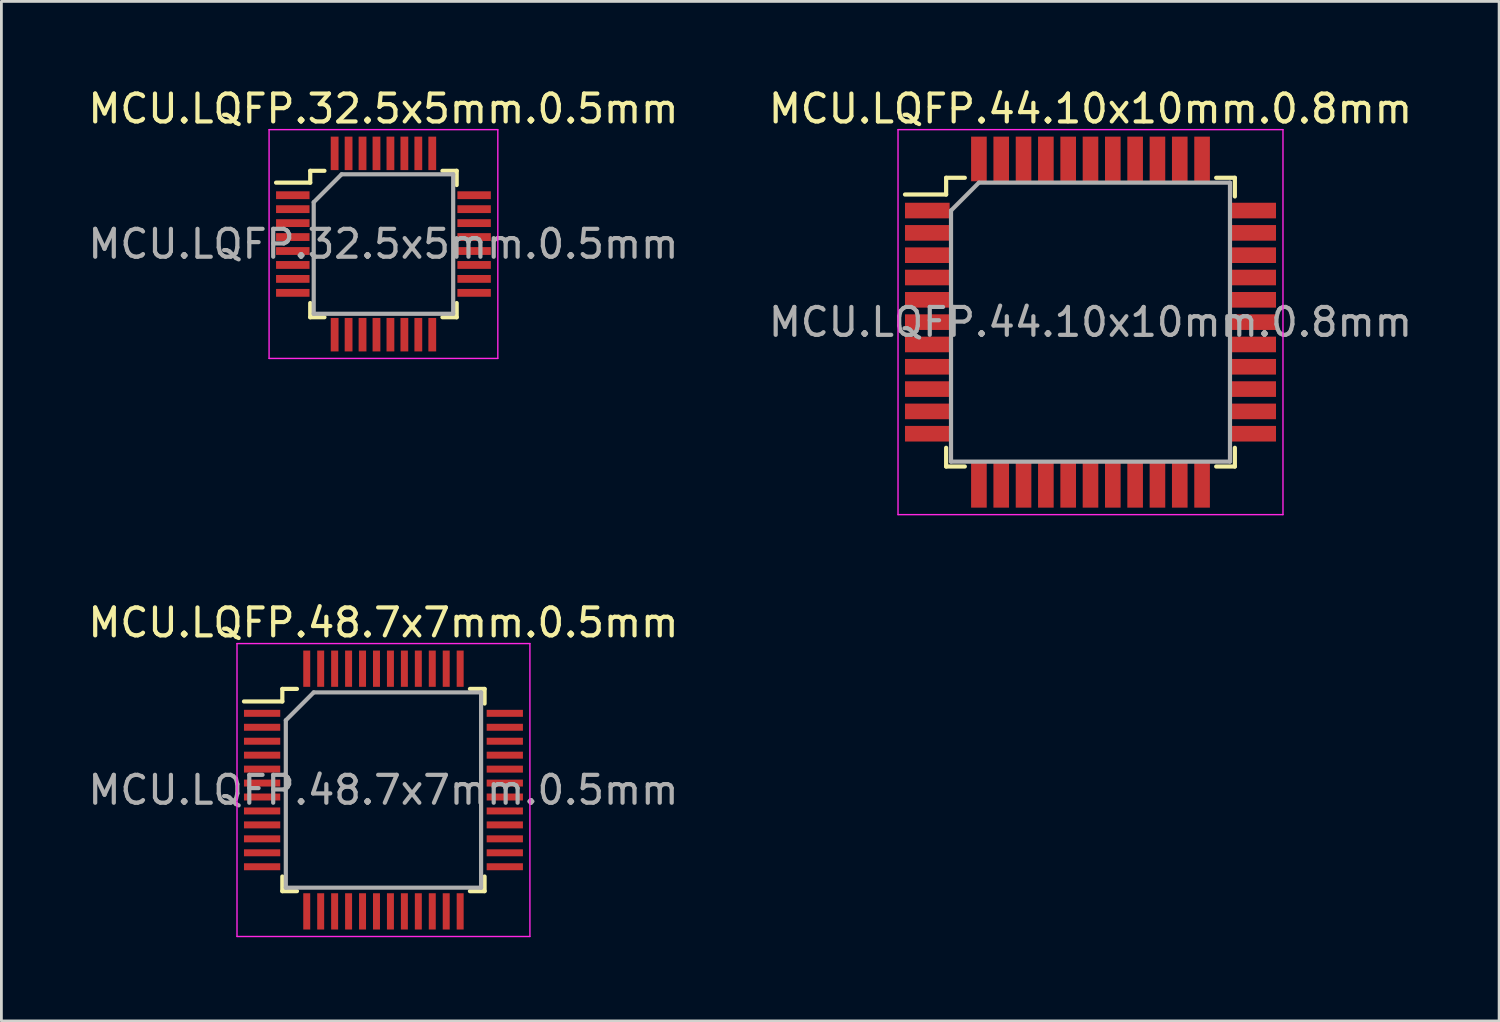
<source format=kicad_pcb>
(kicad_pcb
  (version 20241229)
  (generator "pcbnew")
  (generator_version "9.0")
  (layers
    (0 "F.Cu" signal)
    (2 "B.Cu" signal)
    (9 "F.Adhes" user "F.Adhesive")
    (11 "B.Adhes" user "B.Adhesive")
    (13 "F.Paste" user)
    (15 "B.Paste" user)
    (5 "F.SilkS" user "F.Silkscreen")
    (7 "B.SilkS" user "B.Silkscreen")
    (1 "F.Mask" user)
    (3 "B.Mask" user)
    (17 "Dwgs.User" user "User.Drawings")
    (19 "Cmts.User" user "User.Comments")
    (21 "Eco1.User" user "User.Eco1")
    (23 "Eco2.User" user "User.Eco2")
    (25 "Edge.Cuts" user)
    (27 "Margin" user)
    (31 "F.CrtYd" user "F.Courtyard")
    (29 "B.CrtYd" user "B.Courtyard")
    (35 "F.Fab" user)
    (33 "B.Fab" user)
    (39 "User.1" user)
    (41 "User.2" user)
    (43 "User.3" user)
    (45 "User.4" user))
  (footprint "MCU.LQFP.32.5x5mm.0.5mm"
    (layer "F.Cu")
    (at 10.696 5.698)
    (property "Reference" "MCU.LQFP.32.5x5mm.0.5mm" (at 0 -4.85 0) (layer "F.SilkS") (effects (font (size 1 1) (thickness 0.15))))
    (attr smd)
    (fp_line (start -2.625 -2.625) (end -2.625 -2.2) (stroke (width 0.15) (type solid)) (layer "F.SilkS"))
    (fp_line (start -2.625 -2.625) (end -2.115 -2.625) (stroke (width 0.15) (type solid)) (layer "F.SilkS"))
    (fp_line (start -2.625 -2.2) (end -3.85 -2.2) (stroke (width 0.15) (type solid)) (layer "F.SilkS"))
    (fp_line (start -2.625 2.625) (end -2.625 2.115) (stroke (width 0.15) (type solid)) (layer "F.SilkS"))
    (fp_line (start -2.625 2.625) (end -2.115 2.625) (stroke (width 0.15) (type solid)) (layer "F.SilkS"))
    (fp_line (start 2.625 -2.625) (end 2.115 -2.625) (stroke (width 0.15) (type solid)) (layer "F.SilkS"))
    (fp_line (start 2.625 -2.625) (end 2.625 -2.115) (stroke (width 0.15) (type solid)) (layer "F.SilkS"))
    (fp_line (start 2.625 2.625) (end 2.115 2.625) (stroke (width 0.15) (type solid)) (layer "F.SilkS"))
    (fp_line (start 2.625 2.625) (end 2.625 2.115) (stroke (width 0.15) (type solid)) (layer "F.SilkS"))
    (fp_line (start -4.1 -4.1) (end -4.1 4.1) (stroke (width 0.05) (type solid)) (layer "F.CrtYd"))
    (fp_line (start -4.1 -4.1) (end 4.1 -4.1) (stroke (width 0.05) (type solid)) (layer "F.CrtYd"))
    (fp_line (start -4.1 4.1) (end 4.1 4.1) (stroke (width 0.05) (type solid)) (layer "F.CrtYd"))
    (fp_line (start 4.1 -4.1) (end 4.1 4.1) (stroke (width 0.05) (type solid)) (layer "F.CrtYd"))
    (fp_line (start -2.5 -1.5) (end -1.5 -2.5) (stroke (width 0.15) (type solid)) (layer "F.Fab"))
    (fp_line (start -2.5 2.5) (end -2.5 -1.5) (stroke (width 0.15) (type solid)) (layer "F.Fab"))
    (fp_line (start -1.5 -2.5) (end 2.5 -2.5) (stroke (width 0.15) (type solid)) (layer "F.Fab"))
    (fp_line (start 2.5 -2.5) (end 2.5 2.5) (stroke (width 0.15) (type solid)) (layer "F.Fab"))
    (fp_line (start 2.5 2.5) (end -2.5 2.5) (stroke (width 0.15) (type solid)) (layer "F.Fab"))
    (fp_text user "${REFERENCE}" (at 0 0 0) (layer "F.Fab") (effects (font (size 1 1) (thickness 0.15))))
    (pad "1" smd rect (at -3.25 -1.75) (size 1.2 0.28) (layers "F.Cu" "F.Mask" "F.Paste"))
    (pad "2" smd rect (at -3.25 -1.25) (size 1.2 0.28) (layers "F.Cu" "F.Mask" "F.Paste"))
    (pad "3" smd rect (at -3.25 -0.75) (size 1.2 0.28) (layers "F.Cu" "F.Mask" "F.Paste"))
    (pad "4" smd rect (at -3.25 -0.25) (size 1.2 0.28) (layers "F.Cu" "F.Mask" "F.Paste"))
    (pad "5" smd rect (at -3.25 0.25) (size 1.2 0.28) (layers "F.Cu" "F.Mask" "F.Paste"))
    (pad "6" smd rect (at -3.25 0.75) (size 1.2 0.28) (layers "F.Cu" "F.Mask" "F.Paste"))
    (pad "7" smd rect (at -3.25 1.25) (size 1.2 0.28) (layers "F.Cu" "F.Mask" "F.Paste"))
    (pad "8" smd rect (at -3.25 1.75) (size 1.2 0.28) (layers "F.Cu" "F.Mask" "F.Paste"))
    (pad "9" smd rect (at -1.75 3.25 90) (size 1.2 0.28) (layers "F.Cu" "F.Mask" "F.Paste"))
    (pad "10" smd rect (at -1.25 3.25 90) (size 1.2 0.28) (layers "F.Cu" "F.Mask" "F.Paste"))
    (pad "11" smd rect (at -0.75 3.25 90) (size 1.2 0.28) (layers "F.Cu" "F.Mask" "F.Paste"))
    (pad "12" smd rect (at -0.25 3.25 90) (size 1.2 0.28) (layers "F.Cu" "F.Mask" "F.Paste"))
    (pad "13" smd rect (at 0.25 3.25 90) (size 1.2 0.28) (layers "F.Cu" "F.Mask" "F.Paste"))
    (pad "14" smd rect (at 0.75 3.25 90) (size 1.2 0.28) (layers "F.Cu" "F.Mask" "F.Paste"))
    (pad "15" smd rect (at 1.25 3.25 90) (size 1.2 0.28) (layers "F.Cu" "F.Mask" "F.Paste"))
    (pad "16" smd rect (at 1.75 3.25 90) (size 1.2 0.28) (layers "F.Cu" "F.Mask" "F.Paste"))
    (pad "17" smd rect (at 3.25 1.75) (size 1.2 0.28) (layers "F.Cu" "F.Mask" "F.Paste"))
    (pad "18" smd rect (at 3.25 1.25) (size 1.2 0.28) (layers "F.Cu" "F.Mask" "F.Paste"))
    (pad "19" smd rect (at 3.25 0.75) (size 1.2 0.28) (layers "F.Cu" "F.Mask" "F.Paste"))
    (pad "20" smd rect (at 3.25 0.25) (size 1.2 0.28) (layers "F.Cu" "F.Mask" "F.Paste"))
    (pad "21" smd rect (at 3.25 -0.25) (size 1.2 0.28) (layers "F.Cu" "F.Mask" "F.Paste"))
    (pad "22" smd rect (at 3.25 -0.75) (size 1.2 0.28) (layers "F.Cu" "F.Mask" "F.Paste"))
    (pad "23" smd rect (at 3.25 -1.25) (size 1.2 0.28) (layers "F.Cu" "F.Mask" "F.Paste"))
    (pad "24" smd rect (at 3.25 -1.75) (size 1.2 0.28) (layers "F.Cu" "F.Mask" "F.Paste"))
    (pad "25" smd rect (at 1.75 -3.25 90) (size 1.2 0.28) (layers "F.Cu" "F.Mask" "F.Paste"))
    (pad "26" smd rect (at 1.25 -3.25 90) (size 1.2 0.28) (layers "F.Cu" "F.Mask" "F.Paste"))
    (pad "27" smd rect (at 0.75 -3.25 90) (size 1.2 0.28) (layers "F.Cu" "F.Mask" "F.Paste"))
    (pad "28" smd rect (at 0.25 -3.25 90) (size 1.2 0.28) (layers "F.Cu" "F.Mask" "F.Paste"))
    (pad "29" smd rect (at -0.25 -3.25 90) (size 1.2 0.28) (layers "F.Cu" "F.Mask" "F.Paste"))
    (pad "30" smd rect (at -0.75 -3.25 90) (size 1.2 0.28) (layers "F.Cu" "F.Mask" "F.Paste"))
    (pad "31" smd rect (at -1.25 -3.25 90) (size 1.2 0.28) (layers "F.Cu" "F.Mask" "F.Paste"))
    (pad "32" smd rect (at -1.75 -3.25 90) (size 1.2 0.28) (layers "F.Cu" "F.Mask" "F.Paste")))
  (footprint "MCU.LQFP.48.7x7mm.0.5mm"
    (layer "F.Cu")
    (at 10.696 25.271)
    (property "Reference" "MCU.LQFP.48.7x7mm.0.5mm" (at 0 -6 0) (layer "F.SilkS") (effects (font (size 1 1) (thickness 0.15))))
    (attr smd)
    (fp_line (start -3.625 -3.625) (end -3.625 -3.175) (stroke (width 0.15) (type solid)) (layer "F.SilkS"))
    (fp_line (start -3.625 -3.625) (end -3.1 -3.625) (stroke (width 0.15) (type solid)) (layer "F.SilkS"))
    (fp_line (start -3.625 -3.175) (end -5 -3.175) (stroke (width 0.15) (type solid)) (layer "F.SilkS"))
    (fp_line (start -3.625 3.625) (end -3.625 3.1) (stroke (width 0.15) (type solid)) (layer "F.SilkS"))
    (fp_line (start -3.625 3.625) (end -3.1 3.625) (stroke (width 0.15) (type solid)) (layer "F.SilkS"))
    (fp_line (start 3.625 -3.625) (end 3.1 -3.625) (stroke (width 0.15) (type solid)) (layer "F.SilkS"))
    (fp_line (start 3.625 -3.625) (end 3.625 -3.1) (stroke (width 0.15) (type solid)) (layer "F.SilkS"))
    (fp_line (start 3.625 3.625) (end 3.1 3.625) (stroke (width 0.15) (type solid)) (layer "F.SilkS"))
    (fp_line (start 3.625 3.625) (end 3.625 3.1) (stroke (width 0.15) (type solid)) (layer "F.SilkS"))
    (fp_line (start -5.25 -5.25) (end -5.25 5.25) (stroke (width 0.05) (type solid)) (layer "F.CrtYd"))
    (fp_line (start -5.25 -5.25) (end 5.25 -5.25) (stroke (width 0.05) (type solid)) (layer "F.CrtYd"))
    (fp_line (start -5.25 5.25) (end 5.25 5.25) (stroke (width 0.05) (type solid)) (layer "F.CrtYd"))
    (fp_line (start 5.25 -5.25) (end 5.25 5.25) (stroke (width 0.05) (type solid)) (layer "F.CrtYd"))
    (fp_line (start -3.5 -2.5) (end -2.5 -3.5) (stroke (width 0.15) (type solid)) (layer "F.Fab"))
    (fp_line (start -3.5 3.5) (end -3.5 -2.5) (stroke (width 0.15) (type solid)) (layer "F.Fab"))
    (fp_line (start -2.5 -3.5) (end 3.5 -3.5) (stroke (width 0.15) (type solid)) (layer "F.Fab"))
    (fp_line (start 3.5 -3.5) (end 3.5 3.5) (stroke (width 0.15) (type solid)) (layer "F.Fab"))
    (fp_line (start 3.5 3.5) (end -3.5 3.5) (stroke (width 0.15) (type solid)) (layer "F.Fab"))
    (fp_text user "${REFERENCE}" (at 0 0 0) (layer "F.Fab") (effects (font (size 1 1) (thickness 0.15))))
    (pad "1" smd rect (at -4.35 -2.75) (size 1.3 0.25) (layers "F.Cu" "F.Mask" "F.Paste"))
    (pad "2" smd rect (at -4.35 -2.25) (size 1.3 0.25) (layers "F.Cu" "F.Mask" "F.Paste"))
    (pad "3" smd rect (at -4.35 -1.75) (size 1.3 0.25) (layers "F.Cu" "F.Mask" "F.Paste"))
    (pad "4" smd rect (at -4.35 -1.25) (size 1.3 0.25) (layers "F.Cu" "F.Mask" "F.Paste"))
    (pad "5" smd rect (at -4.35 -0.75) (size 1.3 0.25) (layers "F.Cu" "F.Mask" "F.Paste"))
    (pad "6" smd rect (at -4.35 -0.25) (size 1.3 0.25) (layers "F.Cu" "F.Mask" "F.Paste"))
    (pad "7" smd rect (at -4.35 0.25) (size 1.3 0.25) (layers "F.Cu" "F.Mask" "F.Paste"))
    (pad "8" smd rect (at -4.35 0.75) (size 1.3 0.25) (layers "F.Cu" "F.Mask" "F.Paste"))
    (pad "9" smd rect (at -4.35 1.25) (size 1.3 0.25) (layers "F.Cu" "F.Mask" "F.Paste"))
    (pad "10" smd rect (at -4.35 1.75) (size 1.3 0.25) (layers "F.Cu" "F.Mask" "F.Paste"))
    (pad "11" smd rect (at -4.35 2.25) (size 1.3 0.25) (layers "F.Cu" "F.Mask" "F.Paste"))
    (pad "12" smd rect (at -4.35 2.75) (size 1.3 0.25) (layers "F.Cu" "F.Mask" "F.Paste"))
    (pad "13" smd rect (at -2.75 4.35 90) (size 1.3 0.25) (layers "F.Cu" "F.Mask" "F.Paste"))
    (pad "14" smd rect (at -2.25 4.35 90) (size 1.3 0.25) (layers "F.Cu" "F.Mask" "F.Paste"))
    (pad "15" smd rect (at -1.75 4.35 90) (size 1.3 0.25) (layers "F.Cu" "F.Mask" "F.Paste"))
    (pad "16" smd rect (at -1.25 4.35 90) (size 1.3 0.25) (layers "F.Cu" "F.Mask" "F.Paste"))
    (pad "17" smd rect (at -0.75 4.35 90) (size 1.3 0.25) (layers "F.Cu" "F.Mask" "F.Paste"))
    (pad "18" smd rect (at -0.25 4.35 90) (size 1.3 0.25) (layers "F.Cu" "F.Mask" "F.Paste"))
    (pad "19" smd rect (at 0.25 4.35 90) (size 1.3 0.25) (layers "F.Cu" "F.Mask" "F.Paste"))
    (pad "20" smd rect (at 0.75 4.35 90) (size 1.3 0.25) (layers "F.Cu" "F.Mask" "F.Paste"))
    (pad "21" smd rect (at 1.25 4.35 90) (size 1.3 0.25) (layers "F.Cu" "F.Mask" "F.Paste"))
    (pad "22" smd rect (at 1.75 4.35 90) (size 1.3 0.25) (layers "F.Cu" "F.Mask" "F.Paste"))
    (pad "23" smd rect (at 2.25 4.35 90) (size 1.3 0.25) (layers "F.Cu" "F.Mask" "F.Paste"))
    (pad "24" smd rect (at 2.75 4.35 90) (size 1.3 0.25) (layers "F.Cu" "F.Mask" "F.Paste"))
    (pad "25" smd rect (at 4.35 2.75) (size 1.3 0.25) (layers "F.Cu" "F.Mask" "F.Paste"))
    (pad "26" smd rect (at 4.35 2.25) (size 1.3 0.25) (layers "F.Cu" "F.Mask" "F.Paste"))
    (pad "27" smd rect (at 4.35 1.75) (size 1.3 0.25) (layers "F.Cu" "F.Mask" "F.Paste"))
    (pad "28" smd rect (at 4.35 1.25) (size 1.3 0.25) (layers "F.Cu" "F.Mask" "F.Paste"))
    (pad "29" smd rect (at 4.35 0.75) (size 1.3 0.25) (layers "F.Cu" "F.Mask" "F.Paste"))
    (pad "30" smd rect (at 4.35 0.25) (size 1.3 0.25) (layers "F.Cu" "F.Mask" "F.Paste"))
    (pad "31" smd rect (at 4.35 -0.25) (size 1.3 0.25) (layers "F.Cu" "F.Mask" "F.Paste"))
    (pad "32" smd rect (at 4.35 -0.75) (size 1.3 0.25) (layers "F.Cu" "F.Mask" "F.Paste"))
    (pad "33" smd rect (at 4.35 -1.25) (size 1.3 0.25) (layers "F.Cu" "F.Mask" "F.Paste"))
    (pad "34" smd rect (at 4.35 -1.75) (size 1.3 0.25) (layers "F.Cu" "F.Mask" "F.Paste"))
    (pad "35" smd rect (at 4.35 -2.25) (size 1.3 0.25) (layers "F.Cu" "F.Mask" "F.Paste"))
    (pad "36" smd rect (at 4.35 -2.75) (size 1.3 0.25) (layers "F.Cu" "F.Mask" "F.Paste"))
    (pad "37" smd rect (at 2.75 -4.35 90) (size 1.3 0.25) (layers "F.Cu" "F.Mask" "F.Paste"))
    (pad "38" smd rect (at 2.25 -4.35 90) (size 1.3 0.25) (layers "F.Cu" "F.Mask" "F.Paste"))
    (pad "39" smd rect (at 1.75 -4.35 90) (size 1.3 0.25) (layers "F.Cu" "F.Mask" "F.Paste"))
    (pad "40" smd rect (at 1.25 -4.35 90) (size 1.3 0.25) (layers "F.Cu" "F.Mask" "F.Paste"))
    (pad "41" smd rect (at 0.75 -4.35 90) (size 1.3 0.25) (layers "F.Cu" "F.Mask" "F.Paste"))
    (pad "42" smd rect (at 0.25 -4.35 90) (size 1.3 0.25) (layers "F.Cu" "F.Mask" "F.Paste"))
    (pad "43" smd rect (at -0.25 -4.35 90) (size 1.3 0.25) (layers "F.Cu" "F.Mask" "F.Paste"))
    (pad "44" smd rect (at -0.75 -4.35 90) (size 1.3 0.25) (layers "F.Cu" "F.Mask" "F.Paste"))
    (pad "45" smd rect (at -1.25 -4.35 90) (size 1.3 0.25) (layers "F.Cu" "F.Mask" "F.Paste"))
    (pad "46" smd rect (at -1.75 -4.35 90) (size 1.3 0.25) (layers "F.Cu" "F.Mask" "F.Paste"))
    (pad "47" smd rect (at -2.25 -4.35 90) (size 1.3 0.25) (layers "F.Cu" "F.Mask" "F.Paste"))
    (pad "48" smd rect (at -2.75 -4.35 90) (size 1.3 0.25) (layers "F.Cu" "F.Mask" "F.Paste")))
  (footprint "MCU.LQFP.44.10x10mm.0.8mm"
    (layer "F.Cu")
    (at 36.042 8.498)
    (property "Reference" "MCU.LQFP.44.10x10mm.0.8mm" (at 0 -7.65 0) (layer "F.SilkS") (effects (font (size 1 1) (thickness 0.15))))
    (attr smd)
    (fp_line (start -5.175 -5.175) (end -5.175 -4.575) (stroke (width 0.15) (type solid)) (layer "F.SilkS"))
    (fp_line (start -5.175 -5.175) (end -4.505 -5.175) (stroke (width 0.15) (type solid)) (layer "F.SilkS"))
    (fp_line (start -5.175 -4.575) (end -6.65 -4.575) (stroke (width 0.15) (type solid)) (layer "F.SilkS"))
    (fp_line (start -5.175 5.175) (end -5.175 4.505) (stroke (width 0.15) (type solid)) (layer "F.SilkS"))
    (fp_line (start -5.175 5.175) (end -4.505 5.175) (stroke (width 0.15) (type solid)) (layer "F.SilkS"))
    (fp_line (start 5.175 -5.175) (end 4.505 -5.175) (stroke (width 0.15) (type solid)) (layer "F.SilkS"))
    (fp_line (start 5.175 -5.175) (end 5.175 -4.505) (stroke (width 0.15) (type solid)) (layer "F.SilkS"))
    (fp_line (start 5.175 5.175) (end 4.505 5.175) (stroke (width 0.15) (type solid)) (layer "F.SilkS"))
    (fp_line (start 5.175 5.175) (end 5.175 4.505) (stroke (width 0.15) (type solid)) (layer "F.SilkS"))
    (fp_line (start -6.9 -6.9) (end -6.9 6.9) (stroke (width 0.05) (type solid)) (layer "F.CrtYd"))
    (fp_line (start -6.9 -6.9) (end 6.9 -6.9) (stroke (width 0.05) (type solid)) (layer "F.CrtYd"))
    (fp_line (start -6.9 6.9) (end 6.9 6.9) (stroke (width 0.05) (type solid)) (layer "F.CrtYd"))
    (fp_line (start 6.9 -6.9) (end 6.9 6.9) (stroke (width 0.05) (type solid)) (layer "F.CrtYd"))
    (fp_line (start -5 -4) (end -4 -5) (stroke (width 0.15) (type solid)) (layer "F.Fab"))
    (fp_line (start -5 5) (end -5 -4) (stroke (width 0.15) (type solid)) (layer "F.Fab"))
    (fp_line (start -4 -5) (end 5 -5) (stroke (width 0.15) (type solid)) (layer "F.Fab"))
    (fp_line (start 5 -5) (end 5 5) (stroke (width 0.15) (type solid)) (layer "F.Fab"))
    (fp_line (start 5 5) (end -5 5) (stroke (width 0.15) (type solid)) (layer "F.Fab"))
    (fp_text user "${REFERENCE}" (at 0 0 0) (layer "F.Fab") (effects (font (size 1 1) (thickness 0.15))))
    (pad "1" smd rect (at -5.85 -4) (size 1.6 0.56) (layers "F.Cu" "F.Mask" "F.Paste"))
    (pad "2" smd rect (at -5.85 -3.2) (size 1.6 0.56) (layers "F.Cu" "F.Mask" "F.Paste"))
    (pad "3" smd rect (at -5.85 -2.4) (size 1.6 0.56) (layers "F.Cu" "F.Mask" "F.Paste"))
    (pad "4" smd rect (at -5.85 -1.6) (size 1.6 0.56) (layers "F.Cu" "F.Mask" "F.Paste"))
    (pad "5" smd rect (at -5.85 -0.8) (size 1.6 0.56) (layers "F.Cu" "F.Mask" "F.Paste"))
    (pad "6" smd rect (at -5.85 0) (size 1.6 0.56) (layers "F.Cu" "F.Mask" "F.Paste"))
    (pad "7" smd rect (at -5.85 0.8) (size 1.6 0.56) (layers "F.Cu" "F.Mask" "F.Paste"))
    (pad "8" smd rect (at -5.85 1.6) (size 1.6 0.56) (layers "F.Cu" "F.Mask" "F.Paste"))
    (pad "9" smd rect (at -5.85 2.4) (size 1.6 0.56) (layers "F.Cu" "F.Mask" "F.Paste"))
    (pad "10" smd rect (at -5.85 3.2) (size 1.6 0.56) (layers "F.Cu" "F.Mask" "F.Paste"))
    (pad "11" smd rect (at -5.85 4) (size 1.6 0.56) (layers "F.Cu" "F.Mask" "F.Paste"))
    (pad "12" smd rect (at -4 5.85 90) (size 1.6 0.56) (layers "F.Cu" "F.Mask" "F.Paste"))
    (pad "13" smd rect (at -3.2 5.85 90) (size 1.6 0.56) (layers "F.Cu" "F.Mask" "F.Paste"))
    (pad "14" smd rect (at -2.4 5.85 90) (size 1.6 0.56) (layers "F.Cu" "F.Mask" "F.Paste"))
    (pad "15" smd rect (at -1.6 5.85 90) (size 1.6 0.56) (layers "F.Cu" "F.Mask" "F.Paste"))
    (pad "16" smd rect (at -0.8 5.85 90) (size 1.6 0.56) (layers "F.Cu" "F.Mask" "F.Paste"))
    (pad "17" smd rect (at 0 5.85 90) (size 1.6 0.56) (layers "F.Cu" "F.Mask" "F.Paste"))
    (pad "18" smd rect (at 0.8 5.85 90) (size 1.6 0.56) (layers "F.Cu" "F.Mask" "F.Paste"))
    (pad "19" smd rect (at 1.6 5.85 90) (size 1.6 0.56) (layers "F.Cu" "F.Mask" "F.Paste"))
    (pad "20" smd rect (at 2.4 5.85 90) (size 1.6 0.56) (layers "F.Cu" "F.Mask" "F.Paste"))
    (pad "21" smd rect (at 3.2 5.85 90) (size 1.6 0.56) (layers "F.Cu" "F.Mask" "F.Paste"))
    (pad "22" smd rect (at 4 5.85 90) (size 1.6 0.56) (layers "F.Cu" "F.Mask" "F.Paste"))
    (pad "23" smd rect (at 5.85 4) (size 1.6 0.56) (layers "F.Cu" "F.Mask" "F.Paste"))
    (pad "24" smd rect (at 5.85 3.2) (size 1.6 0.56) (layers "F.Cu" "F.Mask" "F.Paste"))
    (pad "25" smd rect (at 5.85 2.4) (size 1.6 0.56) (layers "F.Cu" "F.Mask" "F.Paste"))
    (pad "26" smd rect (at 5.85 1.6) (size 1.6 0.56) (layers "F.Cu" "F.Mask" "F.Paste"))
    (pad "27" smd rect (at 5.85 0.8) (size 1.6 0.56) (layers "F.Cu" "F.Mask" "F.Paste"))
    (pad "28" smd rect (at 5.85 0) (size 1.6 0.56) (layers "F.Cu" "F.Mask" "F.Paste"))
    (pad "29" smd rect (at 5.85 -0.8) (size 1.6 0.56) (layers "F.Cu" "F.Mask" "F.Paste"))
    (pad "30" smd rect (at 5.85 -1.6) (size 1.6 0.56) (layers "F.Cu" "F.Mask" "F.Paste"))
    (pad "31" smd rect (at 5.85 -2.4) (size 1.6 0.56) (layers "F.Cu" "F.Mask" "F.Paste"))
    (pad "32" smd rect (at 5.85 -3.2) (size 1.6 0.56) (layers "F.Cu" "F.Mask" "F.Paste"))
    (pad "33" smd rect (at 5.85 -4) (size 1.6 0.56) (layers "F.Cu" "F.Mask" "F.Paste"))
    (pad "34" smd rect (at 4 -5.85 90) (size 1.6 0.56) (layers "F.Cu" "F.Mask" "F.Paste"))
    (pad "35" smd rect (at 3.2 -5.85 90) (size 1.6 0.56) (layers "F.Cu" "F.Mask" "F.Paste"))
    (pad "36" smd rect (at 2.4 -5.85 90) (size 1.6 0.56) (layers "F.Cu" "F.Mask" "F.Paste"))
    (pad "37" smd rect (at 1.6 -5.85 90) (size 1.6 0.56) (layers "F.Cu" "F.Mask" "F.Paste"))
    (pad "38" smd rect (at 0.8 -5.85 90) (size 1.6 0.56) (layers "F.Cu" "F.Mask" "F.Paste"))
    (pad "39" smd rect (at 0 -5.85 90) (size 1.6 0.56) (layers "F.Cu" "F.Mask" "F.Paste"))
    (pad "40" smd rect (at -0.8 -5.85 90) (size 1.6 0.56) (layers "F.Cu" "F.Mask" "F.Paste"))
    (pad "41" smd rect (at -1.6 -5.85 90) (size 1.6 0.56) (layers "F.Cu" "F.Mask" "F.Paste"))
    (pad "42" smd rect (at -2.4 -5.85 90) (size 1.6 0.56) (layers "F.Cu" "F.Mask" "F.Paste"))
    (pad "43" smd rect (at -3.2 -5.85 90) (size 1.6 0.56) (layers "F.Cu" "F.Mask" "F.Paste"))
    (pad "44" smd rect (at -4 -5.85 90) (size 1.6 0.56) (layers "F.Cu" "F.Mask" "F.Paste")))
  (gr_rect
    (start -3 -3)
    (end 50.69 33.547)
    (stroke (width 0.1) (type default))
    (fill no)
    (layer "Edge.Cuts")))
</source>
